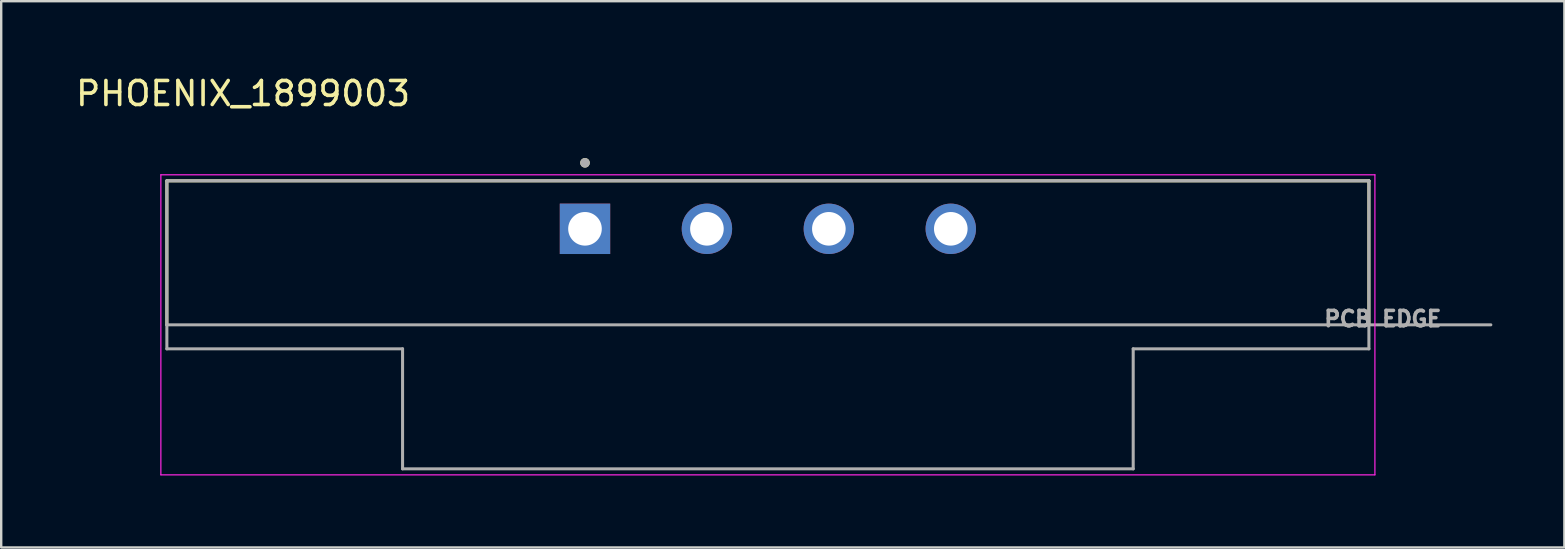
<source format=kicad_pcb>
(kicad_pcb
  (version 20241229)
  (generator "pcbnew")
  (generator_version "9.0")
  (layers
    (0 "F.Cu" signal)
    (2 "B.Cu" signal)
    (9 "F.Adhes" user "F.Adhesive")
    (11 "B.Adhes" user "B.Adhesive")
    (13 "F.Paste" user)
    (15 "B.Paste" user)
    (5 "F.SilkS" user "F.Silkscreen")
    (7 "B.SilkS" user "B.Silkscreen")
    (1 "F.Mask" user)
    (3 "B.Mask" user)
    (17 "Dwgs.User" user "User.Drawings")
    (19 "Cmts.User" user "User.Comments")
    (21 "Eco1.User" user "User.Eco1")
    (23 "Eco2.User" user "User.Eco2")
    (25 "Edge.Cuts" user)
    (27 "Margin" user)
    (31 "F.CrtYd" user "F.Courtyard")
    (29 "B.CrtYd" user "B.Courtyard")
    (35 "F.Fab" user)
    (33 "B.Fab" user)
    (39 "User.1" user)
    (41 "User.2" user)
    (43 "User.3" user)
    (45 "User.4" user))
  (footprint "PHOENIX_1899003"
    (layer "F.Cu")
    (at 3.902 16.483)
    (property "Reference" "PHOENIX_1899003" (at 3.175 -15.635 0) (layer "F.SilkS") (effects (font (size 1 1) (thickness 0.15))))
    (attr through_hole)
    (fp_line (start 0 -12) (end 50.08 -12) (stroke (width 0.127) (type solid)) (layer "F.SilkS"))
    (fp_line (start 0 -6) (end 0 -12) (stroke (width 0.127) (type solid)) (layer "F.SilkS"))
    (fp_line (start 50.08 -12) (end 50.08 -6) (stroke (width 0.127) (type solid)) (layer "F.SilkS"))
    (fp_circle (center 17.42 -12.75) (end 17.52 -12.75) (stroke (width 0.2) (type solid)) (fill no) (layer "F.SilkS"))
    (fp_line (start -0.25 -12.25) (end 50.33 -12.25) (stroke (width 0.05) (type solid)) (layer "F.CrtYd"))
    (fp_line (start -0.25 0.25) (end -0.25 -12.25) (stroke (width 0.05) (type solid)) (layer "F.CrtYd"))
    (fp_line (start 50.33 -12.25) (end 50.33 0.25) (stroke (width 0.05) (type solid)) (layer "F.CrtYd"))
    (fp_line (start 50.33 0.25) (end -0.25 0.25) (stroke (width 0.05) (type solid)) (layer "F.CrtYd"))
    (fp_line (start 0 -12) (end 50.08 -12) (stroke (width 0.127) (type solid)) (layer "F.Fab"))
    (fp_line (start 0 -6) (end 0 -12) (stroke (width 0.127) (type solid)) (layer "F.Fab"))
    (fp_line (start 0 -5) (end 0 -6) (stroke (width 0.127) (type solid)) (layer "F.Fab"))
    (fp_line (start 9.82 -5) (end 0 -5) (stroke (width 0.127) (type solid)) (layer "F.Fab"))
    (fp_line (start 9.82 0) (end 9.82 -5) (stroke (width 0.127) (type solid)) (layer "F.Fab"))
    (fp_line (start 40.26 0) (end 9.82 0) (stroke (width 0.127) (type solid)) (layer "F.Fab"))
    (fp_line (start 40.26 0) (end 40.26 -5) (stroke (width 0.127) (type solid)) (layer "F.Fab"))
    (fp_line (start 50.08 -12) (end 50.08 -6) (stroke (width 0.127) (type solid)) (layer "F.Fab"))
    (fp_line (start 50.08 -6) (end 0 -6) (stroke (width 0.127) (type solid)) (layer "F.Fab"))
    (fp_line (start 50.08 -6) (end 50.08 -5) (stroke (width 0.127) (type solid)) (layer "F.Fab"))
    (fp_line (start 50.08 -5) (end 40.26 -5) (stroke (width 0.127) (type solid)) (layer "F.Fab"))
    (fp_line (start 55.16 -6) (end 50.08 -6) (stroke (width 0.127) (type solid)) (layer "F.Fab"))
    (fp_circle (center 17.42 -12.75) (end 17.52 -12.75) (stroke (width 0.2) (type solid)) (fill no) (layer "F.Fab"))
    (fp_text user "PCB EDGE" (at 50.66 -6.25 0) (layer "F.Fab") (effects (font (size 0.64 0.64) (thickness 0.15))))
    (pad "1" thru_hole rect (at 17.42 -10) (size 2.1 2.1) (drill 1.4) (layers "*.Cu" "*.Mask"))
    (pad "2" thru_hole circle (at 22.5 -10) (size 2.1 2.1) (drill 1.4) (layers "*.Cu" "*.Mask"))
    (pad "3" thru_hole circle (at 27.58 -10) (size 2.1 2.1) (drill 1.4) (layers "*.Cu" "*.Mask"))
    (pad "4" thru_hole circle (at 32.66 -10) (size 2.1 2.1) (drill 1.4) (layers "*.Cu" "*.Mask")))
  (gr_rect
    (start -3 -3)
    (end 62.126 19.758)
    (stroke (width 0.1) (type default))
    (fill no)
    (layer "Edge.Cuts")))
</source>
